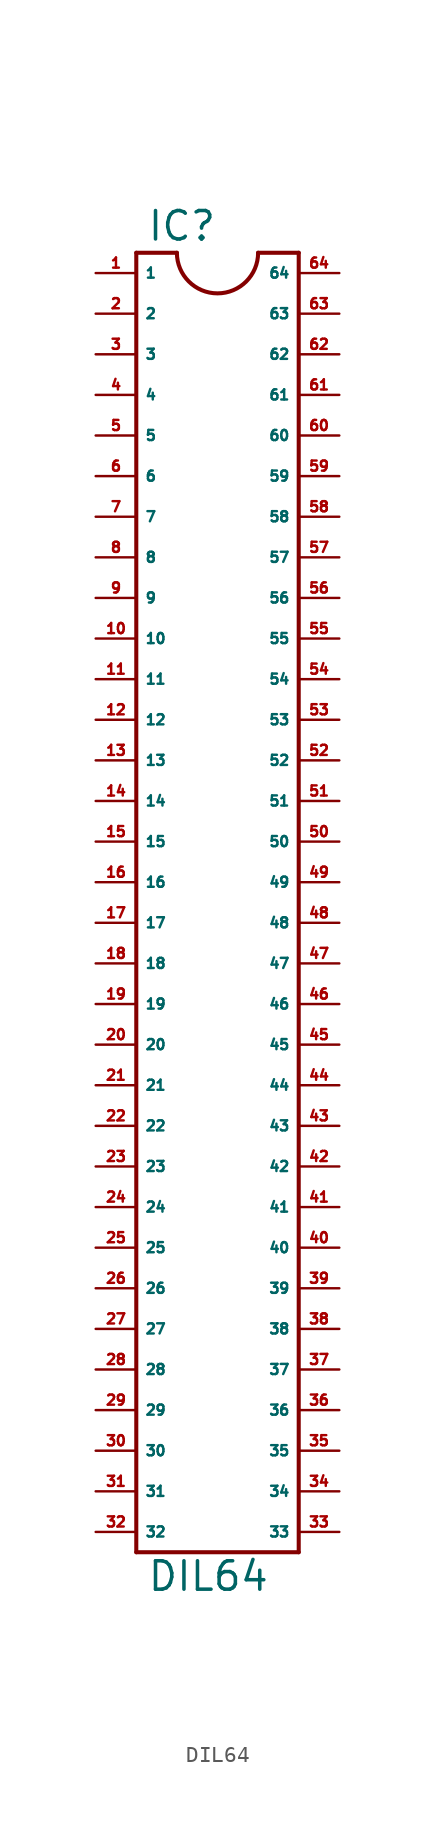
<source format=kicad_sym>
(kicad_symbol_lib
  (version 20220914)
  (generator Eagle2Kicad)
  (symbol "DIL64"
    (property "Reference" "IC"
      (at -4.445 40.005 0)
      (effects (font (size 1.778 1.778) (thickness 0.22)) (justify left bottom)))
    (property "Value" "DIL64"
      (at -4.445 -44.45 0)
      (effects (font (size 1.778 1.778) (thickness 0.22)) (justify left bottom)))
    (polyline
      (pts (xy -5.08 39.37) (xy -5.08 -41.91))
      (stroke (width 0.254) (type default))
      (fill (type none)))
    (polyline
      (pts (xy -5.08 -41.91) (xy 5.08 -41.91))
      (stroke (width 0.254) (type default))
      (fill (type none)))
    (polyline
      (pts (xy 5.08 -41.91) (xy 5.08 39.37))
      (stroke (width 0.254) (type default))
      (fill (type none)))
    (polyline
      (pts (xy 5.08 39.37) (xy 2.54 39.37))
      (stroke (width 0.254) (type default))
      (fill (type none)))
    (polyline
      (pts (xy -5.08 39.37) (xy -2.54 39.37))
      (stroke (width 0.254) (type default))
      (fill (type none)))
    (arc
      (start -2.54 39.37)
      (mid 0.000 36.830)
      (end 2.54 39.37)
      (stroke (width 0.254) (type default))
      (fill (type none)))
    (pin passive line
      (at -7.62 38.1 0)
      (length 2.54)
      (name "1" (effects (font (size 0.635 0.635) (thickness 0.08)) (justify left bottom)))
      (number "1" (effects (font (size 0.635 0.635) (thickness 0.08)) (justify left bottom))))
    (pin passive line
      (at -7.62 35.56 0)
      (length 2.54)
      (name "2" (effects (font (size 0.635 0.635) (thickness 0.08)) (justify left bottom)))
      (number "2" (effects (font (size 0.635 0.635) (thickness 0.08)) (justify left bottom))))
    (pin passive line
      (at -7.62 33.02 0)
      (length 2.54)
      (name "3" (effects (font (size 0.635 0.635) (thickness 0.08)) (justify left bottom)))
      (number "3" (effects (font (size 0.635 0.635) (thickness 0.08)) (justify left bottom))))
    (pin passive line
      (at -7.62 30.48 0)
      (length 2.54)
      (name "4" (effects (font (size 0.635 0.635) (thickness 0.08)) (justify left bottom)))
      (number "4" (effects (font (size 0.635 0.635) (thickness 0.08)) (justify left bottom))))
    (pin passive line
      (at -7.62 27.94 0)
      (length 2.54)
      (name "5" (effects (font (size 0.635 0.635) (thickness 0.08)) (justify left bottom)))
      (number "5" (effects (font (size 0.635 0.635) (thickness 0.08)) (justify left bottom))))
    (pin passive line
      (at -7.62 25.4 0)
      (length 2.54)
      (name "6" (effects (font (size 0.635 0.635) (thickness 0.08)) (justify left bottom)))
      (number "6" (effects (font (size 0.635 0.635) (thickness 0.08)) (justify left bottom))))
    (pin passive line
      (at -7.62 22.86 0)
      (length 2.54)
      (name "7" (effects (font (size 0.635 0.635) (thickness 0.08)) (justify left bottom)))
      (number "7" (effects (font (size 0.635 0.635) (thickness 0.08)) (justify left bottom))))
    (pin passive line
      (at -7.62 20.32 0)
      (length 2.54)
      (name "8" (effects (font (size 0.635 0.635) (thickness 0.08)) (justify left bottom)))
      (number "8" (effects (font (size 0.635 0.635) (thickness 0.08)) (justify left bottom))))
    (pin passive line
      (at -7.62 17.78 0)
      (length 2.54)
      (name "9" (effects (font (size 0.635 0.635) (thickness 0.08)) (justify left bottom)))
      (number "9" (effects (font (size 0.635 0.635) (thickness 0.08)) (justify left bottom))))
    (pin passive line
      (at -7.62 15.24 0)
      (length 2.54)
      (name "10" (effects (font (size 0.635 0.635) (thickness 0.08)) (justify left bottom)))
      (number "10" (effects (font (size 0.635 0.635) (thickness 0.08)) (justify left bottom))))
    (pin passive line
      (at -7.62 12.7 0)
      (length 2.54)
      (name "11" (effects (font (size 0.635 0.635) (thickness 0.08)) (justify left bottom)))
      (number "11" (effects (font (size 0.635 0.635) (thickness 0.08)) (justify left bottom))))
    (pin passive line
      (at -7.62 10.16 0)
      (length 2.54)
      (name "12" (effects (font (size 0.635 0.635) (thickness 0.08)) (justify left bottom)))
      (number "12" (effects (font (size 0.635 0.635) (thickness 0.08)) (justify left bottom))))
    (pin passive line
      (at -7.62 7.62 0)
      (length 2.54)
      (name "13" (effects (font (size 0.635 0.635) (thickness 0.08)) (justify left bottom)))
      (number "13" (effects (font (size 0.635 0.635) (thickness 0.08)) (justify left bottom))))
    (pin passive line
      (at -7.62 5.08 0)
      (length 2.54)
      (name "14" (effects (font (size 0.635 0.635) (thickness 0.08)) (justify left bottom)))
      (number "14" (effects (font (size 0.635 0.635) (thickness 0.08)) (justify left bottom))))
    (pin passive line
      (at -7.62 2.54 0)
      (length 2.54)
      (name "15" (effects (font (size 0.635 0.635) (thickness 0.08)) (justify left bottom)))
      (number "15" (effects (font (size 0.635 0.635) (thickness 0.08)) (justify left bottom))))
    (pin passive line
      (at -7.62 0 0)
      (length 2.54)
      (name "16" (effects (font (size 0.635 0.635) (thickness 0.08)) (justify left bottom)))
      (number "16" (effects (font (size 0.635 0.635) (thickness 0.08)) (justify left bottom))))
    (pin passive line
      (at -7.62 -2.54 0)
      (length 2.54)
      (name "17" (effects (font (size 0.635 0.635) (thickness 0.08)) (justify left bottom)))
      (number "17" (effects (font (size 0.635 0.635) (thickness 0.08)) (justify left bottom))))
    (pin passive line
      (at -7.62 -5.08 0)
      (length 2.54)
      (name "18" (effects (font (size 0.635 0.635) (thickness 0.08)) (justify left bottom)))
      (number "18" (effects (font (size 0.635 0.635) (thickness 0.08)) (justify left bottom))))
    (pin passive line
      (at -7.62 -7.62 0)
      (length 2.54)
      (name "19" (effects (font (size 0.635 0.635) (thickness 0.08)) (justify left bottom)))
      (number "19" (effects (font (size 0.635 0.635) (thickness 0.08)) (justify left bottom))))
    (pin passive line
      (at -7.62 -10.16 0)
      (length 2.54)
      (name "20" (effects (font (size 0.635 0.635) (thickness 0.08)) (justify left bottom)))
      (number "20" (effects (font (size 0.635 0.635) (thickness 0.08)) (justify left bottom))))
    (pin passive line
      (at -7.62 -12.7 0)
      (length 2.54)
      (name "21" (effects (font (size 0.635 0.635) (thickness 0.08)) (justify left bottom)))
      (number "21" (effects (font (size 0.635 0.635) (thickness 0.08)) (justify left bottom))))
    (pin passive line
      (at -7.62 -15.24 0)
      (length 2.54)
      (name "22" (effects (font (size 0.635 0.635) (thickness 0.08)) (justify left bottom)))
      (number "22" (effects (font (size 0.635 0.635) (thickness 0.08)) (justify left bottom))))
    (pin passive line
      (at -7.62 -17.78 0)
      (length 2.54)
      (name "23" (effects (font (size 0.635 0.635) (thickness 0.08)) (justify left bottom)))
      (number "23" (effects (font (size 0.635 0.635) (thickness 0.08)) (justify left bottom))))
    (pin passive line
      (at -7.62 -20.32 0)
      (length 2.54)
      (name "24" (effects (font (size 0.635 0.635) (thickness 0.08)) (justify left bottom)))
      (number "24" (effects (font (size 0.635 0.635) (thickness 0.08)) (justify left bottom))))
    (pin passive line
      (at -7.62 -22.86 0)
      (length 2.54)
      (name "25" (effects (font (size 0.635 0.635) (thickness 0.08)) (justify left bottom)))
      (number "25" (effects (font (size 0.635 0.635) (thickness 0.08)) (justify left bottom))))
    (pin passive line
      (at -7.62 -25.4 0)
      (length 2.54)
      (name "26" (effects (font (size 0.635 0.635) (thickness 0.08)) (justify left bottom)))
      (number "26" (effects (font (size 0.635 0.635) (thickness 0.08)) (justify left bottom))))
    (pin passive line
      (at -7.62 -27.94 0)
      (length 2.54)
      (name "27" (effects (font (size 0.635 0.635) (thickness 0.08)) (justify left bottom)))
      (number "27" (effects (font (size 0.635 0.635) (thickness 0.08)) (justify left bottom))))
    (pin passive line
      (at -7.62 -30.48 0)
      (length 2.54)
      (name "28" (effects (font (size 0.635 0.635) (thickness 0.08)) (justify left bottom)))
      (number "28" (effects (font (size 0.635 0.635) (thickness 0.08)) (justify left bottom))))
    (pin passive line
      (at -7.62 -33.02 0)
      (length 2.54)
      (name "29" (effects (font (size 0.635 0.635) (thickness 0.08)) (justify left bottom)))
      (number "29" (effects (font (size 0.635 0.635) (thickness 0.08)) (justify left bottom))))
    (pin passive line
      (at -7.62 -35.56 0)
      (length 2.54)
      (name "30" (effects (font (size 0.635 0.635) (thickness 0.08)) (justify left bottom)))
      (number "30" (effects (font (size 0.635 0.635) (thickness 0.08)) (justify left bottom))))
    (pin passive line
      (at -7.62 -38.1 0)
      (length 2.54)
      (name "31" (effects (font (size 0.635 0.635) (thickness 0.08)) (justify left bottom)))
      (number "31" (effects (font (size 0.635 0.635) (thickness 0.08)) (justify left bottom))))
    (pin passive line
      (at -7.62 -40.64 0)
      (length 2.54)
      (name "32" (effects (font (size 0.635 0.635) (thickness 0.08)) (justify left bottom)))
      (number "32" (effects (font (size 0.635 0.635) (thickness 0.08)) (justify left bottom))))
    (pin passive line
      (at 7.62 -40.64 180)
      (length 2.54)
      (name "33" (effects (font (size 0.635 0.635) (thickness 0.08)) (justify left bottom)))
      (number "33" (effects (font (size 0.635 0.635) (thickness 0.08)) (justify left bottom))))
    (pin passive line
      (at 7.62 -38.1 180)
      (length 2.54)
      (name "34" (effects (font (size 0.635 0.635) (thickness 0.08)) (justify left bottom)))
      (number "34" (effects (font (size 0.635 0.635) (thickness 0.08)) (justify left bottom))))
    (pin passive line
      (at 7.62 -35.56 180)
      (length 2.54)
      (name "35" (effects (font (size 0.635 0.635) (thickness 0.08)) (justify left bottom)))
      (number "35" (effects (font (size 0.635 0.635) (thickness 0.08)) (justify left bottom))))
    (pin passive line
      (at 7.62 -33.02 180)
      (length 2.54)
      (name "36" (effects (font (size 0.635 0.635) (thickness 0.08)) (justify left bottom)))
      (number "36" (effects (font (size 0.635 0.635) (thickness 0.08)) (justify left bottom))))
    (pin passive line
      (at 7.62 -30.48 180)
      (length 2.54)
      (name "37" (effects (font (size 0.635 0.635) (thickness 0.08)) (justify left bottom)))
      (number "37" (effects (font (size 0.635 0.635) (thickness 0.08)) (justify left bottom))))
    (pin passive line
      (at 7.62 -27.94 180)
      (length 2.54)
      (name "38" (effects (font (size 0.635 0.635) (thickness 0.08)) (justify left bottom)))
      (number "38" (effects (font (size 0.635 0.635) (thickness 0.08)) (justify left bottom))))
    (pin passive line
      (at 7.62 -25.4 180)
      (length 2.54)
      (name "39" (effects (font (size 0.635 0.635) (thickness 0.08)) (justify left bottom)))
      (number "39" (effects (font (size 0.635 0.635) (thickness 0.08)) (justify left bottom))))
    (pin passive line
      (at 7.62 -22.86 180)
      (length 2.54)
      (name "40" (effects (font (size 0.635 0.635) (thickness 0.08)) (justify left bottom)))
      (number "40" (effects (font (size 0.635 0.635) (thickness 0.08)) (justify left bottom))))
    (pin passive line
      (at 7.62 -20.32 180)
      (length 2.54)
      (name "41" (effects (font (size 0.635 0.635) (thickness 0.08)) (justify left bottom)))
      (number "41" (effects (font (size 0.635 0.635) (thickness 0.08)) (justify left bottom))))
    (pin passive line
      (at 7.62 -17.78 180)
      (length 2.54)
      (name "42" (effects (font (size 0.635 0.635) (thickness 0.08)) (justify left bottom)))
      (number "42" (effects (font (size 0.635 0.635) (thickness 0.08)) (justify left bottom))))
    (pin passive line
      (at 7.62 -15.24 180)
      (length 2.54)
      (name "43" (effects (font (size 0.635 0.635) (thickness 0.08)) (justify left bottom)))
      (number "43" (effects (font (size 0.635 0.635) (thickness 0.08)) (justify left bottom))))
    (pin passive line
      (at 7.62 -12.7 180)
      (length 2.54)
      (name "44" (effects (font (size 0.635 0.635) (thickness 0.08)) (justify left bottom)))
      (number "44" (effects (font (size 0.635 0.635) (thickness 0.08)) (justify left bottom))))
    (pin passive line
      (at 7.62 -10.16 180)
      (length 2.54)
      (name "45" (effects (font (size 0.635 0.635) (thickness 0.08)) (justify left bottom)))
      (number "45" (effects (font (size 0.635 0.635) (thickness 0.08)) (justify left bottom))))
    (pin passive line
      (at 7.62 -7.62 180)
      (length 2.54)
      (name "46" (effects (font (size 0.635 0.635) (thickness 0.08)) (justify left bottom)))
      (number "46" (effects (font (size 0.635 0.635) (thickness 0.08)) (justify left bottom))))
    (pin passive line
      (at 7.62 -5.08 180)
      (length 2.54)
      (name "47" (effects (font (size 0.635 0.635) (thickness 0.08)) (justify left bottom)))
      (number "47" (effects (font (size 0.635 0.635) (thickness 0.08)) (justify left bottom))))
    (pin passive line
      (at 7.62 -2.54 180)
      (length 2.54)
      (name "48" (effects (font (size 0.635 0.635) (thickness 0.08)) (justify left bottom)))
      (number "48" (effects (font (size 0.635 0.635) (thickness 0.08)) (justify left bottom))))
    (pin passive line
      (at 7.62 0 180)
      (length 2.54)
      (name "49" (effects (font (size 0.635 0.635) (thickness 0.08)) (justify left bottom)))
      (number "49" (effects (font (size 0.635 0.635) (thickness 0.08)) (justify left bottom))))
    (pin passive line
      (at 7.62 2.54 180)
      (length 2.54)
      (name "50" (effects (font (size 0.635 0.635) (thickness 0.08)) (justify left bottom)))
      (number "50" (effects (font (size 0.635 0.635) (thickness 0.08)) (justify left bottom))))
    (pin passive line
      (at 7.62 5.08 180)
      (length 2.54)
      (name "51" (effects (font (size 0.635 0.635) (thickness 0.08)) (justify left bottom)))
      (number "51" (effects (font (size 0.635 0.635) (thickness 0.08)) (justify left bottom))))
    (pin passive line
      (at 7.62 7.62 180)
      (length 2.54)
      (name "52" (effects (font (size 0.635 0.635) (thickness 0.08)) (justify left bottom)))
      (number "52" (effects (font (size 0.635 0.635) (thickness 0.08)) (justify left bottom))))
    (pin passive line
      (at 7.62 10.16 180)
      (length 2.54)
      (name "53" (effects (font (size 0.635 0.635) (thickness 0.08)) (justify left bottom)))
      (number "53" (effects (font (size 0.635 0.635) (thickness 0.08)) (justify left bottom))))
    (pin passive line
      (at 7.62 12.7 180)
      (length 2.54)
      (name "54" (effects (font (size 0.635 0.635) (thickness 0.08)) (justify left bottom)))
      (number "54" (effects (font (size 0.635 0.635) (thickness 0.08)) (justify left bottom))))
    (pin passive line
      (at 7.62 15.24 180)
      (length 2.54)
      (name "55" (effects (font (size 0.635 0.635) (thickness 0.08)) (justify left bottom)))
      (number "55" (effects (font (size 0.635 0.635) (thickness 0.08)) (justify left bottom))))
    (pin passive line
      (at 7.62 17.78 180)
      (length 2.54)
      (name "56" (effects (font (size 0.635 0.635) (thickness 0.08)) (justify left bottom)))
      (number "56" (effects (font (size 0.635 0.635) (thickness 0.08)) (justify left bottom))))
    (pin passive line
      (at 7.62 20.32 180)
      (length 2.54)
      (name "57" (effects (font (size 0.635 0.635) (thickness 0.08)) (justify left bottom)))
      (number "57" (effects (font (size 0.635 0.635) (thickness 0.08)) (justify left bottom))))
    (pin passive line
      (at 7.62 22.86 180)
      (length 2.54)
      (name "58" (effects (font (size 0.635 0.635) (thickness 0.08)) (justify left bottom)))
      (number "58" (effects (font (size 0.635 0.635) (thickness 0.08)) (justify left bottom))))
    (pin passive line
      (at 7.62 25.4 180)
      (length 2.54)
      (name "59" (effects (font (size 0.635 0.635) (thickness 0.08)) (justify left bottom)))
      (number "59" (effects (font (size 0.635 0.635) (thickness 0.08)) (justify left bottom))))
    (pin passive line
      (at 7.62 27.94 180)
      (length 2.54)
      (name "60" (effects (font (size 0.635 0.635) (thickness 0.08)) (justify left bottom)))
      (number "60" (effects (font (size 0.635 0.635) (thickness 0.08)) (justify left bottom))))
    (pin passive line
      (at 7.62 30.48 180)
      (length 2.54)
      (name "61" (effects (font (size 0.635 0.635) (thickness 0.08)) (justify left bottom)))
      (number "61" (effects (font (size 0.635 0.635) (thickness 0.08)) (justify left bottom))))
    (pin passive line
      (at 7.62 33.02 180)
      (length 2.54)
      (name "62" (effects (font (size 0.635 0.635) (thickness 0.08)) (justify left bottom)))
      (number "62" (effects (font (size 0.635 0.635) (thickness 0.08)) (justify left bottom))))
    (pin passive line
      (at 7.62 35.56 180)
      (length 2.54)
      (name "63" (effects (font (size 0.635 0.635) (thickness 0.08)) (justify left bottom)))
      (number "63" (effects (font (size 0.635 0.635) (thickness 0.08)) (justify left bottom))))
    (pin passive line
      (at 7.62 38.1 180)
      (length 2.54)
      (name "64" (effects (font (size 0.635 0.635) (thickness 0.08)) (justify left bottom)))
      (number "64" (effects (font (size 0.635 0.635) (thickness 0.08)) (justify left bottom))))))
</source>
